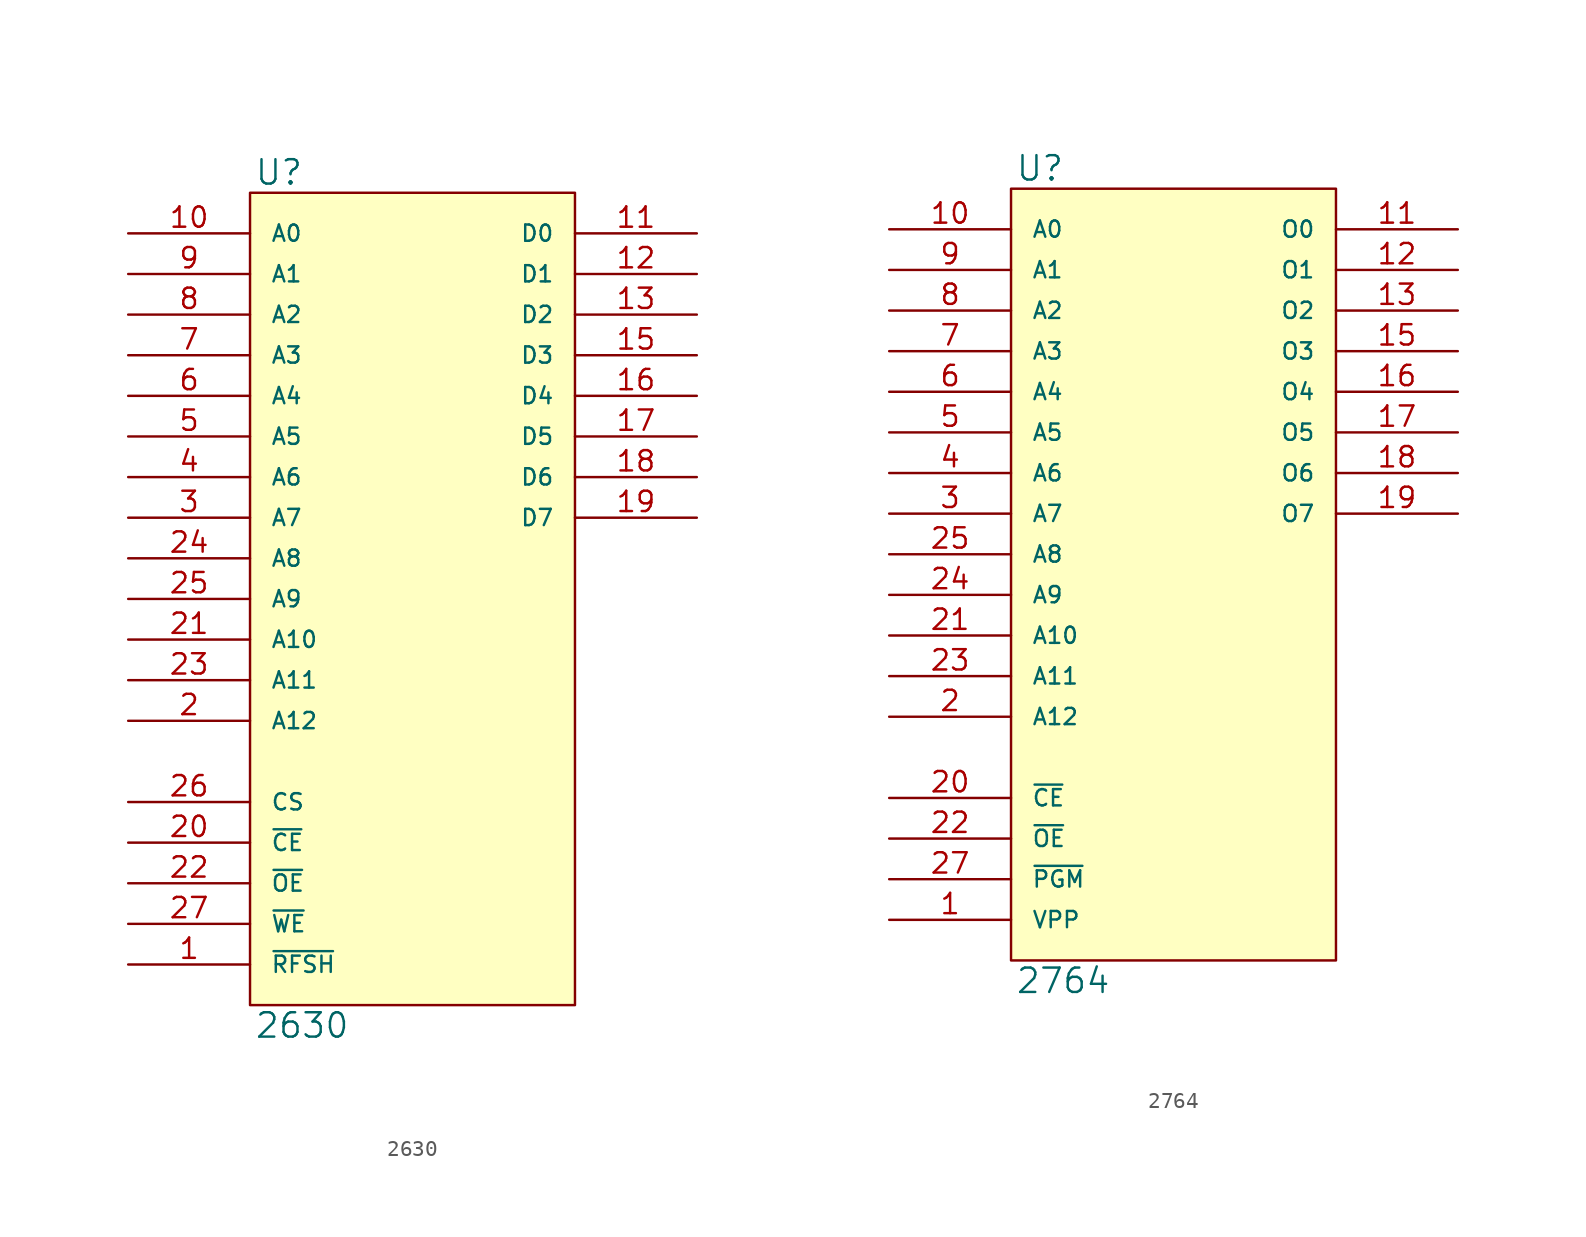
<source format=kicad_sym>
(kicad_symbol_lib
  (version 20231120)
  (generator "kicad_symbol_editor")
  (generator_version "8.0")
  (symbol "2630"
    (pin_names
      (offset 1.27))
    (property "Reference" "U"
      (at 0.254 0.381 0)
      (effects (font (size 1.524 1.524)) (justify left bottom)))
    (property "Value" "2630"
      (at 0.254 -51.181 0)
      (effects (font (size 1.524 1.524)) (justify left top)))
    (symbol "2630_0_1"
      (rectangle (start 0 0) (end 20.32 -50.8) (stroke (width 0) (type solid)) (fill (type background))))
    (symbol "2630_1_1"
      (pin input line (at -7.62 -48.26 0) (length 7.62) (name "~{RFSH}" (effects (font (size 1.016 1.016)))) (number "1" (effects (font (size 1.27 1.27)))))
      (pin input line (at -7.62 -2.54 0) (length 7.62) (name "A0" (effects (font (size 1.016 1.016)))) (number "10" (effects (font (size 1.27 1.27)))))
      (pin tri_state line (at 27.94 -2.54 180) (length 7.62) (name "D0" (effects (font (size 1.016 1.016)))) (number "11" (effects (font (size 1.27 1.27)))))
      (pin tri_state line (at 27.94 -5.08 180) (length 7.62) (name "D1" (effects (font (size 1.016 1.016)))) (number "12" (effects (font (size 1.27 1.27)))))
      (pin tri_state line (at 27.94 -7.62 180) (length 7.62) (name "D2" (effects (font (size 1.016 1.016)))) (number "13" (effects (font (size 1.27 1.27)))))
      (pin power_in line (at 0 -50.8 90) (length 0) hide (name "GND" (effects (font (size 1.016 1.016)))) (number "14" (effects (font (size 1.27 1.27)))))
      (pin tri_state line (at 27.94 -10.16 180) (length 7.62) (name "D3" (effects (font (size 1.016 1.016)))) (number "15" (effects (font (size 1.27 1.27)))))
      (pin tri_state line (at 27.94 -12.7 180) (length 7.62) (name "D4" (effects (font (size 1.016 1.016)))) (number "16" (effects (font (size 1.27 1.27)))))
      (pin tri_state line (at 27.94 -15.24 180) (length 7.62) (name "D5" (effects (font (size 1.016 1.016)))) (number "17" (effects (font (size 1.27 1.27)))))
      (pin tri_state line (at 27.94 -17.78 180) (length 7.62) (name "D6" (effects (font (size 1.016 1.016)))) (number "18" (effects (font (size 1.27 1.27)))))
      (pin tri_state line (at 27.94 -20.32 180) (length 7.62) (name "D7" (effects (font (size 1.016 1.016)))) (number "19" (effects (font (size 1.27 1.27)))))
      (pin input line (at -7.62 -33.02 0) (length 7.62) (name "A12" (effects (font (size 1.016 1.016)))) (number "2" (effects (font (size 1.27 1.27)))))
      (pin input line (at -7.62 -40.64 0) (length 7.62) (name "~{CE}" (effects (font (size 1.016 1.016)))) (number "20" (effects (font (size 1.27 1.27)))))
      (pin input line (at -7.62 -27.94 0) (length 7.62) (name "A10" (effects (font (size 1.016 1.016)))) (number "21" (effects (font (size 1.27 1.27)))))
      (pin input line (at -7.62 -43.18 0) (length 7.62) (name "~{OE}" (effects (font (size 1.016 1.016)))) (number "22" (effects (font (size 1.27 1.27)))))
      (pin input line (at -7.62 -30.48 0) (length 7.62) (name "A11" (effects (font (size 1.016 1.016)))) (number "23" (effects (font (size 1.27 1.27)))))
      (pin input line (at -7.62 -22.86 0) (length 7.62) (name "A8" (effects (font (size 1.016 1.016)))) (number "24" (effects (font (size 1.27 1.27)))))
      (pin input line (at -7.62 -25.4 0) (length 7.62) (name "A9" (effects (font (size 1.016 1.016)))) (number "25" (effects (font (size 1.27 1.27)))))
      (pin input line (at -7.62 -38.1 0) (length 7.62) (name "CS" (effects (font (size 1.016 1.016)))) (number "26" (effects (font (size 1.27 1.27)))))
      (pin input line (at -7.62 -45.72 0) (length 7.62) (name "~{WE}" (effects (font (size 1.016 1.016)))) (number "27" (effects (font (size 1.27 1.27)))))
      (pin power_in line (at 0 0 270) (length 0) hide (name "VCC" (effects (font (size 1.016 1.016)))) (number "28" (effects (font (size 1.27 1.27)))))
      (pin input line (at -7.62 -20.32 0) (length 7.62) (name "A7" (effects (font (size 1.016 1.016)))) (number "3" (effects (font (size 1.27 1.27)))))
      (pin input line (at -7.62 -17.78 0) (length 7.62) (name "A6" (effects (font (size 1.016 1.016)))) (number "4" (effects (font (size 1.27 1.27)))))
      (pin input line (at -7.62 -15.24 0) (length 7.62) (name "A5" (effects (font (size 1.016 1.016)))) (number "5" (effects (font (size 1.27 1.27)))))
      (pin input line (at -7.62 -12.7 0) (length 7.62) (name "A4" (effects (font (size 1.016 1.016)))) (number "6" (effects (font (size 1.27 1.27)))))
      (pin input line (at -7.62 -10.16 0) (length 7.62) (name "A3" (effects (font (size 1.016 1.016)))) (number "7" (effects (font (size 1.27 1.27)))))
      (pin input line (at -7.62 -7.62 0) (length 7.62) (name "A2" (effects (font (size 1.016 1.016)))) (number "8" (effects (font (size 1.27 1.27)))))
      (pin input line (at -7.62 -5.08 0) (length 7.62) (name "A1" (effects (font (size 1.016 1.016)))) (number "9" (effects (font (size 1.27 1.27)))))))
  (symbol "2764"
    (pin_names
      (offset 1.27))
    (property "Reference" "U"
      (at 0.254 0.381 0)
      (effects (font (size 1.524 1.524)) (justify left bottom)))
    (property "Value" "2764"
      (at 0.254 -48.641 0)
      (effects (font (size 1.524 1.524)) (justify left top)))
    (symbol "2764_0_1"
      (rectangle (start 0 0) (end 20.32 -48.26) (stroke (width 0) (type solid)) (fill (type background))))
    (symbol "2764_1_1"
      (pin input line (at -7.62 -45.72 0) (length 7.62) (name "VPP" (effects (font (size 1.016 1.016)))) (number "1" (effects (font (size 1.27 1.27)))))
      (pin input line (at -7.62 -2.54 0) (length 7.62) (name "A0" (effects (font (size 1.016 1.016)))) (number "10" (effects (font (size 1.27 1.27)))))
      (pin tri_state line (at 27.94 -2.54 180) (length 7.62) (name "O0" (effects (font (size 1.016 1.016)))) (number "11" (effects (font (size 1.27 1.27)))))
      (pin tri_state line (at 27.94 -5.08 180) (length 7.62) (name "O1" (effects (font (size 1.016 1.016)))) (number "12" (effects (font (size 1.27 1.27)))))
      (pin tri_state line (at 27.94 -7.62 180) (length 7.62) (name "O2" (effects (font (size 1.016 1.016)))) (number "13" (effects (font (size 1.27 1.27)))))
      (pin power_in line (at 0 -48.26 90) (length 0) hide (name "GND" (effects (font (size 1.016 1.016)))) (number "14" (effects (font (size 1.27 1.27)))))
      (pin tri_state line (at 27.94 -10.16 180) (length 7.62) (name "O3" (effects (font (size 1.016 1.016)))) (number "15" (effects (font (size 1.27 1.27)))))
      (pin tri_state line (at 27.94 -12.7 180) (length 7.62) (name "O4" (effects (font (size 1.016 1.016)))) (number "16" (effects (font (size 1.27 1.27)))))
      (pin tri_state line (at 27.94 -15.24 180) (length 7.62) (name "O5" (effects (font (size 1.016 1.016)))) (number "17" (effects (font (size 1.27 1.27)))))
      (pin tri_state line (at 27.94 -17.78 180) (length 7.62) (name "O6" (effects (font (size 1.016 1.016)))) (number "18" (effects (font (size 1.27 1.27)))))
      (pin tri_state line (at 27.94 -20.32 180) (length 7.62) (name "O7" (effects (font (size 1.016 1.016)))) (number "19" (effects (font (size 1.27 1.27)))))
      (pin input line (at -7.62 -33.02 0) (length 7.62) (name "A12" (effects (font (size 1.016 1.016)))) (number "2" (effects (font (size 1.27 1.27)))))
      (pin input line (at -7.62 -38.1 0) (length 7.62) (name "~{CE}" (effects (font (size 1.016 1.016)))) (number "20" (effects (font (size 1.27 1.27)))))
      (pin input line (at -7.62 -27.94 0) (length 7.62) (name "A10" (effects (font (size 1.016 1.016)))) (number "21" (effects (font (size 1.27 1.27)))))
      (pin input line (at -7.62 -40.64 0) (length 7.62) (name "~{OE}" (effects (font (size 1.016 1.016)))) (number "22" (effects (font (size 1.27 1.27)))))
      (pin input line (at -7.62 -30.48 0) (length 7.62) (name "A11" (effects (font (size 1.016 1.016)))) (number "23" (effects (font (size 1.27 1.27)))))
      (pin input line (at -7.62 -25.4 0) (length 7.62) (name "A9" (effects (font (size 1.016 1.016)))) (number "24" (effects (font (size 1.27 1.27)))))
      (pin input line (at -7.62 -22.86 0) (length 7.62) (name "A8" (effects (font (size 1.016 1.016)))) (number "25" (effects (font (size 1.27 1.27)))))
      (pin input line (at -7.62 -43.18 0) (length 7.62) (name "~{PGM}" (effects (font (size 1.016 1.016)))) (number "27" (effects (font (size 1.27 1.27)))))
      (pin power_in line (at 0 0 270) (length 0) hide (name "VCC" (effects (font (size 1.016 1.016)))) (number "28" (effects (font (size 1.27 1.27)))))
      (pin input line (at -7.62 -20.32 0) (length 7.62) (name "A7" (effects (font (size 1.016 1.016)))) (number "3" (effects (font (size 1.27 1.27)))))
      (pin input line (at -7.62 -17.78 0) (length 7.62) (name "A6" (effects (font (size 1.016 1.016)))) (number "4" (effects (font (size 1.27 1.27)))))
      (pin input line (at -7.62 -15.24 0) (length 7.62) (name "A5" (effects (font (size 1.016 1.016)))) (number "5" (effects (font (size 1.27 1.27)))))
      (pin input line (at -7.62 -12.7 0) (length 7.62) (name "A4" (effects (font (size 1.016 1.016)))) (number "6" (effects (font (size 1.27 1.27)))))
      (pin input line (at -7.62 -10.16 0) (length 7.62) (name "A3" (effects (font (size 1.016 1.016)))) (number "7" (effects (font (size 1.27 1.27)))))
      (pin input line (at -7.62 -7.62 0) (length 7.62) (name "A2" (effects (font (size 1.016 1.016)))) (number "8" (effects (font (size 1.27 1.27)))))
      (pin input line (at -7.62 -5.08 0) (length 7.62) (name "A1" (effects (font (size 1.016 1.016)))) (number "9" (effects (font (size 1.27 1.27))))))))
</source>
